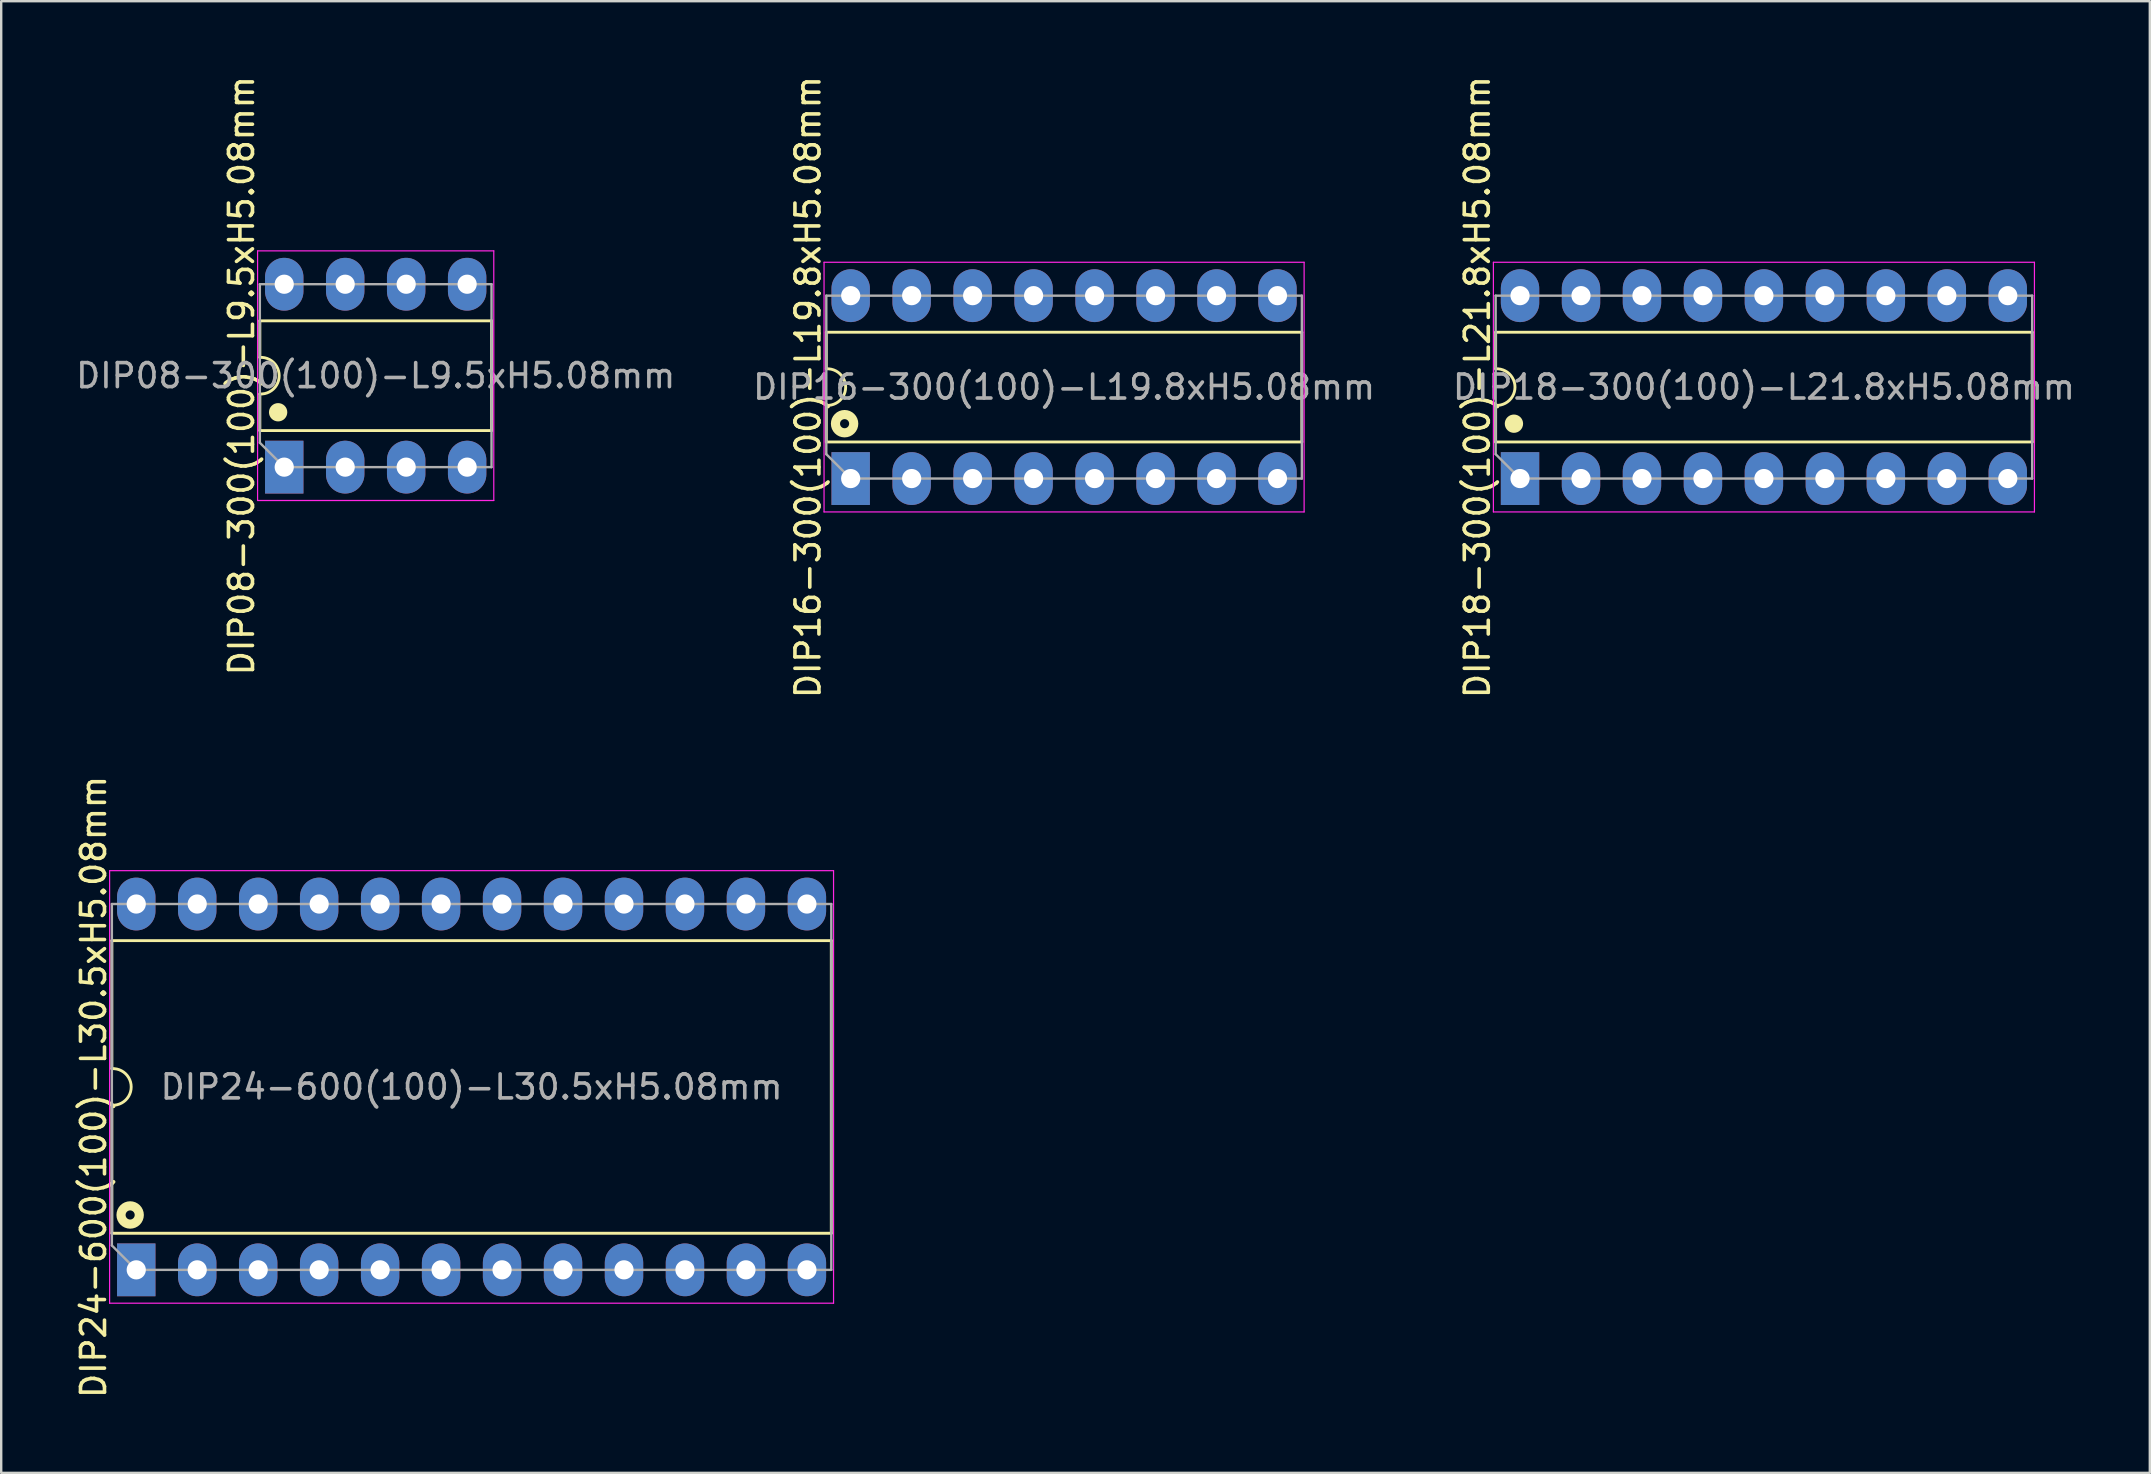
<source format=kicad_pcb>
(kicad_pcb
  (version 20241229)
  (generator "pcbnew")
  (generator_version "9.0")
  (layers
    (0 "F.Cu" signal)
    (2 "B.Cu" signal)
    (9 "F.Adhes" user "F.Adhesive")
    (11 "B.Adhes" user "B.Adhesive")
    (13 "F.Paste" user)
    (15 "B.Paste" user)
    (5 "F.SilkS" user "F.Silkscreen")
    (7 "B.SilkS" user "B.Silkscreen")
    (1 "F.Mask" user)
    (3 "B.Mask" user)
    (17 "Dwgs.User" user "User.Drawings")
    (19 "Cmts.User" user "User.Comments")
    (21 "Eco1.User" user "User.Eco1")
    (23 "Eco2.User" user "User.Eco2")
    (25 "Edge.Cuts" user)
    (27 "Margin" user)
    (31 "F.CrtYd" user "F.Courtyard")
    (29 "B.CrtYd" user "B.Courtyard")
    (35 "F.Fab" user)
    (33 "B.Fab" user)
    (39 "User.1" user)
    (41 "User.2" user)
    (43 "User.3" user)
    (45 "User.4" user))
  (footprint "DIP24-600(100)-L30.5xH5.08mm"
    (layer "F.Cu")
    (at 16.596 42.232)
    (property "Reference" "DIP24-600(100)-L30.5xH5.08mm" (at -15.748 0 90) (layer "F.SilkS") (effects (font (size 1 1) (thickness 0.15))))
    (attr through_hole)
    (fp_line (start -14.986 -6.096) (end -14.986 -0.762) (stroke (width 0.12) (type solid)) (layer "F.SilkS"))
    (fp_line (start -14.986 0.762) (end -14.986 6.096) (stroke (width 0.12) (type solid)) (layer "F.SilkS"))
    (fp_line (start -14.986 6.096) (end 14.986 6.096) (stroke (width 0.12) (type solid)) (layer "F.SilkS"))
    (fp_line (start 14.986 -6.096) (end -14.986 -6.096) (stroke (width 0.12) (type solid)) (layer "F.SilkS"))
    (fp_line (start 14.986 6.096) (end 14.986 -6.096) (stroke (width 0.12) (type solid)) (layer "F.SilkS"))
    (fp_arc (start -14.986 -0.762) (mid -14.180208 0) (end -14.986 0.762) (stroke (width 0.12) (type solid)) (layer "F.SilkS"))
    (fp_circle (center -14.224 5.334) (end -14.034 5.334) (stroke (width 0.381) (type solid)) (fill no) (layer "F.SilkS"))
    (fp_line (start -15.08 -9.01) (end 15.08 -9.01) (stroke (width 0.05) (type solid)) (layer "F.CrtYd"))
    (fp_line (start -15.08 9.01) (end -15.08 -9.01) (stroke (width 0.05) (type solid)) (layer "F.CrtYd"))
    (fp_line (start 15.08 -9.01) (end 15.08 9.01) (stroke (width 0.05) (type solid)) (layer "F.CrtYd"))
    (fp_line (start 15.08 9.01) (end -15.08 9.01) (stroke (width 0.05) (type solid)) (layer "F.CrtYd"))
    (fp_line (start -14.986 -7.62) (end -14.986 6.604) (stroke (width 0.1) (type solid)) (layer "F.Fab"))
    (fp_line (start -13.97 7.62) (end -14.986 6.604) (stroke (width 0.1) (type solid)) (layer "F.Fab"))
    (fp_line (start -13.97 7.62) (end 14.986 7.62) (stroke (width 0.1) (type solid)) (layer "F.Fab"))
    (fp_line (start 14.986 -7.62) (end -14.986 -7.62) (stroke (width 0.1) (type solid)) (layer "F.Fab"))
    (fp_line (start 14.986 7.62) (end 14.986 -7.62) (stroke (width 0.1) (type solid)) (layer "F.Fab"))
    (fp_text user "${REFERENCE}" (at 0 0 0) (layer "F.Fab") (effects (font (size 1 1) (thickness 0.15))))
    (pad "1" thru_hole rect (at -13.97 7.62) (size 1.6 2.2) (drill 0.8) (layers "*.Cu" "*.Mask"))
    (pad "2" thru_hole oval (at -11.43 7.62) (size 1.6 2.2) (drill 0.8) (layers "*.Cu" "*.Mask"))
    (pad "3" thru_hole oval (at -8.89 7.62) (size 1.6 2.2) (drill 0.8) (layers "*.Cu" "*.Mask"))
    (pad "4" thru_hole oval (at -6.35 7.62) (size 1.6 2.2) (drill 0.8) (layers "*.Cu" "*.Mask"))
    (pad "5" thru_hole oval (at -3.81 7.62) (size 1.6 2.2) (drill 0.8) (layers "*.Cu" "*.Mask"))
    (pad "6" thru_hole oval (at -1.27 7.62) (size 1.6 2.2) (drill 0.8) (layers "*.Cu" "*.Mask"))
    (pad "7" thru_hole oval (at 1.27 7.62) (size 1.6 2.2) (drill 0.8) (layers "*.Cu" "*.Mask"))
    (pad "8" thru_hole oval (at 3.81 7.62) (size 1.6 2.2) (drill 0.8) (layers "*.Cu" "*.Mask"))
    (pad "9" thru_hole oval (at 6.35 7.62) (size 1.6 2.2) (drill 0.8) (layers "*.Cu" "*.Mask"))
    (pad "10" thru_hole oval (at 8.89 7.62) (size 1.6 2.2) (drill 0.8) (layers "*.Cu" "*.Mask"))
    (pad "11" thru_hole oval (at 11.43 7.62) (size 1.6 2.2) (drill 0.8) (layers "*.Cu" "*.Mask"))
    (pad "12" thru_hole oval (at 13.97 7.62) (size 1.6 2.2) (drill 0.8) (layers "*.Cu" "*.Mask"))
    (pad "13" thru_hole oval (at 13.97 -7.62) (size 1.6 2.2) (drill 0.8) (layers "*.Cu" "*.Mask"))
    (pad "14" thru_hole oval (at 11.43 -7.62) (size 1.6 2.2) (drill 0.8) (layers "*.Cu" "*.Mask"))
    (pad "15" thru_hole oval (at 8.89 -7.62) (size 1.6 2.2) (drill 0.8) (layers "*.Cu" "*.Mask"))
    (pad "16" thru_hole oval (at 6.35 -7.62) (size 1.6 2.2) (drill 0.8) (layers "*.Cu" "*.Mask"))
    (pad "17" thru_hole oval (at 3.81 -7.62) (size 1.6 2.2) (drill 0.8) (layers "*.Cu" "*.Mask"))
    (pad "18" thru_hole oval (at 1.27 -7.62) (size 1.6 2.2) (drill 0.8) (layers "*.Cu" "*.Mask"))
    (pad "19" thru_hole oval (at -1.27 -7.62) (size 1.6 2.2) (drill 0.8) (layers "*.Cu" "*.Mask"))
    (pad "20" thru_hole oval (at -3.81 -7.62) (size 1.6 2.2) (drill 0.8) (layers "*.Cu" "*.Mask"))
    (pad "21" thru_hole oval (at -6.35 -7.62) (size 1.6 2.2) (drill 0.8) (layers "*.Cu" "*.Mask"))
    (pad "22" thru_hole oval (at -8.89 -7.62) (size 1.6 2.2) (drill 0.8) (layers "*.Cu" "*.Mask"))
    (pad "23" thru_hole oval (at -11.43 -7.62) (size 1.6 2.2) (drill 0.8) (layers "*.Cu" "*.Mask"))
    (pad "24" thru_hole oval (at -13.97 -7.62) (size 1.6 2.2) (drill 0.8) (layers "*.Cu" "*.Mask")))
  (footprint "DIP08-300(100)-L9.5xH5.08mm"
    (layer "F.Cu")
    (at 12.601 12.601)
    (property "Reference" "DIP08-300(100)-L9.5xH5.08mm" (at -5.588 0 90) (layer "F.SilkS") (effects (font (size 1 1) (thickness 0.15))))
    (attr through_hole)
    (fp_line (start -4.826 -2.286) (end -4.826 -0.762) (stroke (width 0.12) (type solid)) (layer "F.SilkS"))
    (fp_line (start -4.826 0.762) (end -4.826 2.286) (stroke (width 0.12) (type solid)) (layer "F.SilkS"))
    (fp_line (start -4.826 2.286) (end 4.826 2.286) (stroke (width 0.12) (type solid)) (layer "F.SilkS"))
    (fp_line (start 4.826 -2.286) (end -4.826 -2.286) (stroke (width 0.12) (type solid)) (layer "F.SilkS"))
    (fp_line (start 4.826 2.286) (end 4.826 -2.286) (stroke (width 0.12) (type solid)) (layer "F.SilkS"))
    (fp_arc (start -4.826 -0.762) (mid -4.020208 0) (end -4.826 0.762) (stroke (width 0.12) (type solid)) (layer "F.SilkS"))
    (fp_circle (center -4.064 1.524) (end -3.873 1.524) (stroke (width 0.381) (type solid)) (fill no) (layer "F.SilkS"))
    (fp_line (start -4.92 -5.2) (end 4.92 -5.2) (stroke (width 0.05) (type solid)) (layer "F.CrtYd"))
    (fp_line (start -4.92 5.2) (end -4.92 -5.2) (stroke (width 0.05) (type solid)) (layer "F.CrtYd"))
    (fp_line (start 4.92 -5.2) (end 4.92 5.2) (stroke (width 0.05) (type solid)) (layer "F.CrtYd"))
    (fp_line (start 4.92 5.2) (end -4.92 5.2) (stroke (width 0.05) (type solid)) (layer "F.CrtYd"))
    (fp_line (start -4.826 -3.81) (end -4.826 2.794) (stroke (width 0.1) (type solid)) (layer "F.Fab"))
    (fp_line (start -3.81 3.81) (end -4.826 2.794) (stroke (width 0.1) (type solid)) (layer "F.Fab"))
    (fp_line (start -3.81 3.81) (end 4.826 3.81) (stroke (width 0.1) (type solid)) (layer "F.Fab"))
    (fp_line (start 4.826 -3.81) (end -4.826 -3.81) (stroke (width 0.1) (type solid)) (layer "F.Fab"))
    (fp_line (start 4.826 3.81) (end 4.826 -3.81) (stroke (width 0.1) (type solid)) (layer "F.Fab"))
    (fp_text user "${REFERENCE}" (at 0 0 0) (layer "F.Fab") (effects (font (size 1 1) (thickness 0.15))))
    (pad "1" thru_hole rect (at -3.81 3.81) (size 1.6 2.2) (drill 0.8) (layers "*.Cu" "*.Mask"))
    (pad "2" thru_hole oval (at -1.27 3.81) (size 1.6 2.2) (drill 0.8) (layers "*.Cu" "*.Mask"))
    (pad "3" thru_hole oval (at 1.27 3.81) (size 1.6 2.2) (drill 0.8) (layers "*.Cu" "*.Mask"))
    (pad "4" thru_hole oval (at 3.81 3.81) (size 1.6 2.2) (drill 0.8) (layers "*.Cu" "*.Mask"))
    (pad "5" thru_hole oval (at 3.81 -3.81) (size 1.6 2.2) (drill 0.8) (layers "*.Cu" "*.Mask"))
    (pad "6" thru_hole oval (at 1.27 -3.81) (size 1.6 2.2) (drill 0.8) (layers "*.Cu" "*.Mask"))
    (pad "7" thru_hole oval (at -1.27 -3.81) (size 1.6 2.2) (drill 0.8) (layers "*.Cu" "*.Mask"))
    (pad "8" thru_hole oval (at -3.81 -3.81) (size 1.6 2.2) (drill 0.8) (layers "*.Cu" "*.Mask")))
  (footprint "DIP16-300(100)-L19.8xH5.08mm"
    (layer "F.Cu")
    (at 41.28 13.077)
    (property "Reference" "DIP16-300(100)-L19.8xH5.08mm" (at -10.668 0 90) (layer "F.SilkS") (effects (font (size 1 1) (thickness 0.15))))
    (attr through_hole)
    (fp_line (start -9.906 -2.286) (end -9.906 -0.762) (stroke (width 0.12) (type solid)) (layer "F.SilkS"))
    (fp_line (start -9.906 0.762) (end -9.906 2.286) (stroke (width 0.12) (type solid)) (layer "F.SilkS"))
    (fp_line (start -9.906 2.286) (end 9.906 2.286) (stroke (width 0.12) (type solid)) (layer "F.SilkS"))
    (fp_line (start 9.906 -2.286) (end -9.906 -2.286) (stroke (width 0.12) (type solid)) (layer "F.SilkS"))
    (fp_line (start 9.906 2.286) (end 9.906 -2.286) (stroke (width 0.12) (type solid)) (layer "F.SilkS"))
    (fp_arc (start -9.906 -0.762) (mid -9.100208 0) (end -9.906 0.762) (stroke (width 0.12) (type solid)) (layer "F.SilkS"))
    (fp_circle (center -9.144 1.524) (end -8.954 1.524) (stroke (width 0.381) (type solid)) (fill no) (layer "F.SilkS"))
    (fp_line (start -10 -5.2) (end 10 -5.2) (stroke (width 0.05) (type solid)) (layer "F.CrtYd"))
    (fp_line (start -10 5.2) (end -10 -5.2) (stroke (width 0.05) (type solid)) (layer "F.CrtYd"))
    (fp_line (start 10 -5.2) (end 10 5.2) (stroke (width 0.05) (type solid)) (layer "F.CrtYd"))
    (fp_line (start 10 5.2) (end -10 5.2) (stroke (width 0.05) (type solid)) (layer "F.CrtYd"))
    (fp_line (start -9.906 -3.81) (end -9.906 2.794) (stroke (width 0.1) (type solid)) (layer "F.Fab"))
    (fp_line (start -8.89 3.81) (end -9.906 2.794) (stroke (width 0.1) (type solid)) (layer "F.Fab"))
    (fp_line (start -8.89 3.81) (end 9.906 3.81) (stroke (width 0.1) (type solid)) (layer "F.Fab"))
    (fp_line (start 9.906 -3.81) (end -9.906 -3.81) (stroke (width 0.1) (type solid)) (layer "F.Fab"))
    (fp_line (start 9.906 3.81) (end 9.906 -3.81) (stroke (width 0.1) (type solid)) (layer "F.Fab"))
    (fp_text user "${REFERENCE}" (at 0 0 0) (layer "F.Fab") (effects (font (size 1 1) (thickness 0.15))))
    (pad "1" thru_hole rect (at -8.89 3.81) (size 1.6 2.2) (drill 0.8) (layers "*.Cu" "*.Mask"))
    (pad "2" thru_hole oval (at -6.35 3.81) (size 1.6 2.2) (drill 0.8) (layers "*.Cu" "*.Mask"))
    (pad "3" thru_hole oval (at -3.81 3.81) (size 1.6 2.2) (drill 0.8) (layers "*.Cu" "*.Mask"))
    (pad "4" thru_hole oval (at -1.27 3.81) (size 1.6 2.2) (drill 0.8) (layers "*.Cu" "*.Mask"))
    (pad "5" thru_hole oval (at 1.27 3.81) (size 1.6 2.2) (drill 0.8) (layers "*.Cu" "*.Mask"))
    (pad "6" thru_hole oval (at 3.81 3.81) (size 1.6 2.2) (drill 0.8) (layers "*.Cu" "*.Mask"))
    (pad "7" thru_hole oval (at 6.35 3.81) (size 1.6 2.2) (drill 0.8) (layers "*.Cu" "*.Mask"))
    (pad "8" thru_hole oval (at 8.89 3.81) (size 1.6 2.2) (drill 0.8) (layers "*.Cu" "*.Mask"))
    (pad "9" thru_hole oval (at 8.89 -3.81) (size 1.6 2.2) (drill 0.8) (layers "*.Cu" "*.Mask"))
    (pad "10" thru_hole oval (at 6.35 -3.81) (size 1.6 2.2) (drill 0.8) (layers "*.Cu" "*.Mask"))
    (pad "11" thru_hole oval (at 3.81 -3.81) (size 1.6 2.2) (drill 0.8) (layers "*.Cu" "*.Mask"))
    (pad "12" thru_hole oval (at 1.27 -3.81) (size 1.6 2.2) (drill 0.8) (layers "*.Cu" "*.Mask"))
    (pad "13" thru_hole oval (at -1.27 -3.81) (size 1.6 2.2) (drill 0.8) (layers "*.Cu" "*.Mask"))
    (pad "14" thru_hole oval (at -3.81 -3.81) (size 1.6 2.2) (drill 0.8) (layers "*.Cu" "*.Mask"))
    (pad "15" thru_hole oval (at -6.35 -3.81) (size 1.6 2.2) (drill 0.8) (layers "*.Cu" "*.Mask"))
    (pad "16" thru_hole oval (at -8.89 -3.81) (size 1.6 2.2) (drill 0.8) (layers "*.Cu" "*.Mask")))
  (footprint "DIP18-300(100)-L21.8xH5.08mm"
    (layer "F.Cu")
    (at 70.435 13.077)
    (property "Reference" "DIP18-300(100)-L21.8xH5.08mm" (at -11.938 0 90) (layer "F.SilkS") (effects (font (size 1 1) (thickness 0.15))))
    (attr through_hole)
    (fp_line (start -11.176 -2.286) (end -11.176 -0.762) (stroke (width 0.12) (type solid)) (layer "F.SilkS"))
    (fp_line (start -11.176 0.762) (end -11.176 2.286) (stroke (width 0.12) (type solid)) (layer "F.SilkS"))
    (fp_line (start -11.176 2.286) (end 11.176 2.286) (stroke (width 0.12) (type solid)) (layer "F.SilkS"))
    (fp_line (start 11.176 -2.286) (end -11.176 -2.286) (stroke (width 0.12) (type solid)) (layer "F.SilkS"))
    (fp_line (start 11.176 2.286) (end 11.176 -2.286) (stroke (width 0.12) (type solid)) (layer "F.SilkS"))
    (fp_arc (start -11.176 -0.762) (mid -10.370208 0) (end -11.176 0.762) (stroke (width 0.12) (type solid)) (layer "F.SilkS"))
    (fp_circle (center -10.414 1.524) (end -10.223 1.524) (stroke (width 0.381) (type solid)) (fill no) (layer "F.SilkS"))
    (fp_line (start -11.27 -5.2) (end 11.27 -5.2) (stroke (width 0.05) (type solid)) (layer "F.CrtYd"))
    (fp_line (start -11.27 5.2) (end -11.27 -5.2) (stroke (width 0.05) (type solid)) (layer "F.CrtYd"))
    (fp_line (start 11.27 -5.2) (end 11.27 5.2) (stroke (width 0.05) (type solid)) (layer "F.CrtYd"))
    (fp_line (start 11.27 5.2) (end -11.27 5.2) (stroke (width 0.05) (type solid)) (layer "F.CrtYd"))
    (fp_line (start -11.176 -3.81) (end -11.176 2.794) (stroke (width 0.1) (type solid)) (layer "F.Fab"))
    (fp_line (start -10.16 3.81) (end -11.176 2.794) (stroke (width 0.1) (type solid)) (layer "F.Fab"))
    (fp_line (start -10.16 3.81) (end 11.176 3.81) (stroke (width 0.1) (type solid)) (layer "F.Fab"))
    (fp_line (start 11.176 -3.81) (end -11.176 -3.81) (stroke (width 0.1) (type solid)) (layer "F.Fab"))
    (fp_line (start 11.176 3.81) (end 11.176 -3.81) (stroke (width 0.1) (type solid)) (layer "F.Fab"))
    (fp_text user "${REFERENCE}" (at 0 0 0) (layer "F.Fab") (effects (font (size 1 1) (thickness 0.15))))
    (pad "1" thru_hole rect (at -10.16 3.81) (size 1.6 2.2) (drill 0.8) (layers "*.Cu" "*.Mask"))
    (pad "2" thru_hole oval (at -7.62 3.81) (size 1.6 2.2) (drill 0.8) (layers "*.Cu" "*.Mask"))
    (pad "3" thru_hole oval (at -5.08 3.81) (size 1.6 2.2) (drill 0.8) (layers "*.Cu" "*.Mask"))
    (pad "4" thru_hole oval (at -2.54 3.81) (size 1.6 2.2) (drill 0.8) (layers "*.Cu" "*.Mask"))
    (pad "5" thru_hole oval (at 0 3.81) (size 1.6 2.2) (drill 0.8) (layers "*.Cu" "*.Mask"))
    (pad "6" thru_hole oval (at 2.54 3.81) (size 1.6 2.2) (drill 0.8) (layers "*.Cu" "*.Mask"))
    (pad "7" thru_hole oval (at 5.08 3.81) (size 1.6 2.2) (drill 0.8) (layers "*.Cu" "*.Mask"))
    (pad "8" thru_hole oval (at 7.62 3.81) (size 1.6 2.2) (drill 0.8) (layers "*.Cu" "*.Mask"))
    (pad "9" thru_hole oval (at 10.16 3.81) (size 1.6 2.2) (drill 0.8) (layers "*.Cu" "*.Mask"))
    (pad "10" thru_hole oval (at 10.16 -3.81) (size 1.6 2.2) (drill 0.8) (layers "*.Cu" "*.Mask"))
    (pad "11" thru_hole oval (at 7.62 -3.81) (size 1.6 2.2) (drill 0.8) (layers "*.Cu" "*.Mask"))
    (pad "12" thru_hole oval (at 5.08 -3.81) (size 1.6 2.2) (drill 0.8) (layers "*.Cu" "*.Mask"))
    (pad "13" thru_hole oval (at 2.54 -3.81) (size 1.6 2.2) (drill 0.8) (layers "*.Cu" "*.Mask"))
    (pad "14" thru_hole oval (at 0 -3.81) (size 1.6 2.2) (drill 0.8) (layers "*.Cu" "*.Mask"))
    (pad "15" thru_hole oval (at -2.54 -3.81) (size 1.6 2.2) (drill 0.8) (layers "*.Cu" "*.Mask"))
    (pad "16" thru_hole oval (at -5.08 -3.81) (size 1.6 2.2) (drill 0.8) (layers "*.Cu" "*.Mask"))
    (pad "17" thru_hole oval (at -7.62 -3.81) (size 1.6 2.2) (drill 0.8) (layers "*.Cu" "*.Mask"))
    (pad "18" thru_hole oval (at -10.16 -3.81) (size 1.6 2.2) (drill 0.8) (layers "*.Cu" "*.Mask")))
  (gr_rect
    (start -3 -3)
    (end 86.512 58.31)
    (stroke (width 0.1) (type default))
    (fill no)
    (layer "Edge.Cuts")))
</source>
